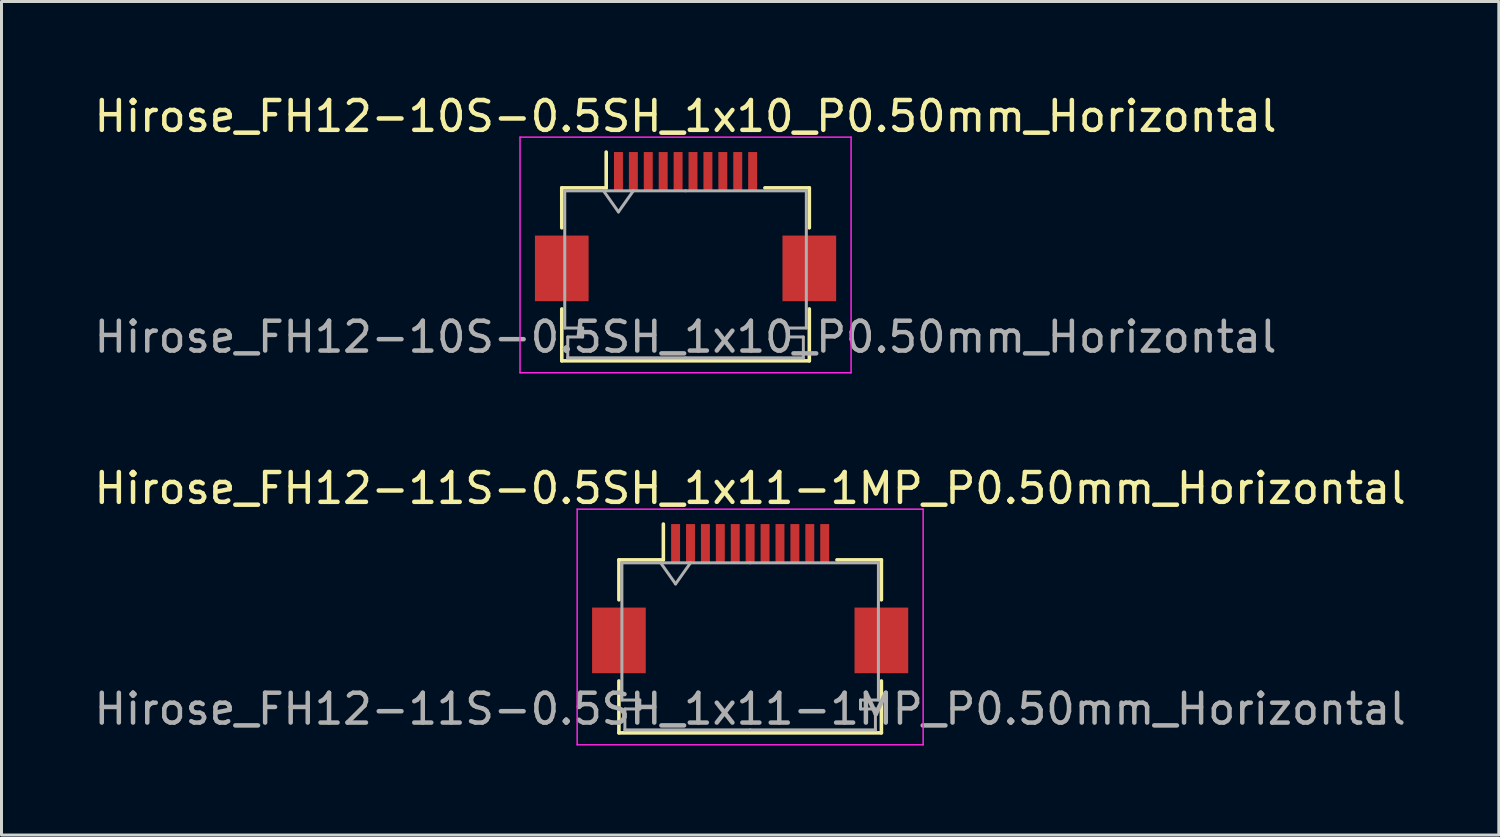
<source format=kicad_pcb>
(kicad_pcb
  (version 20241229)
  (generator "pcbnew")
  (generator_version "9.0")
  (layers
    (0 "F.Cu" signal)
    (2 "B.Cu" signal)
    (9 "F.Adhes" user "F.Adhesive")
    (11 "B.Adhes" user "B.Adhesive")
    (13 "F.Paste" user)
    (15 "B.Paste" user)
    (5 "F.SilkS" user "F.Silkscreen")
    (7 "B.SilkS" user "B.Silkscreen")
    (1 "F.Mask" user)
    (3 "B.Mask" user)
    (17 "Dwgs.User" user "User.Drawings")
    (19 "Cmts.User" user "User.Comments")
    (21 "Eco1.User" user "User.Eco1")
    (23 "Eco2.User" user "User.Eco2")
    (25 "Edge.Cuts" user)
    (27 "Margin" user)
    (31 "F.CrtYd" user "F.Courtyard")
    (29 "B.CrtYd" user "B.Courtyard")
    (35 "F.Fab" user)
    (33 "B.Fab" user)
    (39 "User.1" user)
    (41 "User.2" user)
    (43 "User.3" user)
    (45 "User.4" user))
  (footprint "Hirose_FH12-11S-0.5SH_1x11-1MP_P0.50mm_Horizontal"
    (layer "F.Cu")
    (at 22.101 17.021)
    (property "Reference" "Hirose_FH12-11S-0.5SH_1x11-1MP_P0.50mm_Horizontal" (at 0 -3.7 0) (layer "F.SilkS") (effects (font (size 1 1) (thickness 0.15))))
    (attr smd)
    (fp_line (start -4.4 -1.3) (end -4.4 0.04) (stroke (width 0.12) (type solid)) (layer "F.SilkS"))
    (fp_line (start -4.4 2.76) (end -4.4 4.5) (stroke (width 0.12) (type solid)) (layer "F.SilkS"))
    (fp_line (start -4.4 4.5) (end 4.4 4.5) (stroke (width 0.12) (type solid)) (layer "F.SilkS"))
    (fp_line (start -2.91 -1.3) (end -4.4 -1.3) (stroke (width 0.12) (type solid)) (layer "F.SilkS"))
    (fp_line (start -2.91 -1.3) (end -2.91 -2.5) (stroke (width 0.12) (type solid)) (layer "F.SilkS"))
    (fp_line (start 2.91 -1.3) (end 4.4 -1.3) (stroke (width 0.12) (type solid)) (layer "F.SilkS"))
    (fp_line (start 4.4 -1.3) (end 4.4 0.04) (stroke (width 0.12) (type solid)) (layer "F.SilkS"))
    (fp_line (start 4.4 4.5) (end 4.4 2.76) (stroke (width 0.12) (type solid)) (layer "F.SilkS"))
    (fp_line (start -5.8 -3) (end -5.8 4.9) (stroke (width 0.05) (type solid)) (layer "F.CrtYd"))
    (fp_line (start -5.8 4.9) (end 5.8 4.9) (stroke (width 0.05) (type solid)) (layer "F.CrtYd"))
    (fp_line (start 5.8 -3) (end -5.8 -3) (stroke (width 0.05) (type solid)) (layer "F.CrtYd"))
    (fp_line (start 5.8 4.9) (end 5.8 -3) (stroke (width 0.05) (type solid)) (layer "F.CrtYd"))
    (fp_line (start -4.3 -1.2) (end -4.3 3.4) (stroke (width 0.1) (type solid)) (layer "F.Fab"))
    (fp_line (start -4.3 3.4) (end -3.7 3.4) (stroke (width 0.1) (type solid)) (layer "F.Fab"))
    (fp_line (start -4.2 3.7) (end -4.2 4.4) (stroke (width 0.1) (type solid)) (layer "F.Fab"))
    (fp_line (start -4.2 4.4) (end 0 4.4) (stroke (width 0.1) (type solid)) (layer "F.Fab"))
    (fp_line (start -3.7 3.4) (end -3.7 3.7) (stroke (width 0.1) (type solid)) (layer "F.Fab"))
    (fp_line (start -3.7 3.7) (end -4.2 3.7) (stroke (width 0.1) (type solid)) (layer "F.Fab"))
    (fp_line (start -3 -1.2) (end -2.5 -0.493) (stroke (width 0.1) (type solid)) (layer "F.Fab"))
    (fp_line (start -2.5 -0.493) (end -2 -1.2) (stroke (width 0.1) (type solid)) (layer "F.Fab"))
    (fp_line (start 0 -1.2) (end -4.3 -1.2) (stroke (width 0.1) (type solid)) (layer "F.Fab"))
    (fp_line (start 0 -1.2) (end 4.3 -1.2) (stroke (width 0.1) (type solid)) (layer "F.Fab"))
    (fp_line (start 3.7 3.4) (end 3.7 3.7) (stroke (width 0.1) (type solid)) (layer "F.Fab"))
    (fp_line (start 3.7 3.7) (end 4.2 3.7) (stroke (width 0.1) (type solid)) (layer "F.Fab"))
    (fp_line (start 4.2 3.7) (end 4.2 4.4) (stroke (width 0.1) (type solid)) (layer "F.Fab"))
    (fp_line (start 4.2 4.4) (end 0 4.4) (stroke (width 0.1) (type solid)) (layer "F.Fab"))
    (fp_line (start 4.3 -1.2) (end 4.3 3.4) (stroke (width 0.1) (type solid)) (layer "F.Fab"))
    (fp_line (start 4.3 3.4) (end 3.7 3.4) (stroke (width 0.1) (type solid)) (layer "F.Fab"))
    (fp_text user "${REFERENCE}" (at 0 3.7 0) (layer "F.Fab") (effects (font (size 1 1) (thickness 0.15))))
    (pad "1" smd rect (at -2.5 -1.85) (size 0.3 1.3) (layers "F.Cu" "F.Mask" "F.Paste"))
    (pad "2" smd rect (at -2 -1.85) (size 0.3 1.3) (layers "F.Cu" "F.Mask" "F.Paste"))
    (pad "3" smd rect (at -1.5 -1.85) (size 0.3 1.3) (layers "F.Cu" "F.Mask" "F.Paste"))
    (pad "4" smd rect (at -1 -1.85) (size 0.3 1.3) (layers "F.Cu" "F.Mask" "F.Paste"))
    (pad "5" smd rect (at -0.5 -1.85) (size 0.3 1.3) (layers "F.Cu" "F.Mask" "F.Paste"))
    (pad "6" smd rect (at 0 -1.85) (size 0.3 1.3) (layers "F.Cu" "F.Mask" "F.Paste"))
    (pad "7" smd rect (at 0.5 -1.85) (size 0.3 1.3) (layers "F.Cu" "F.Mask" "F.Paste"))
    (pad "8" smd rect (at 1 -1.85) (size 0.3 1.3) (layers "F.Cu" "F.Mask" "F.Paste"))
    (pad "9" smd rect (at 1.5 -1.85) (size 0.3 1.3) (layers "F.Cu" "F.Mask" "F.Paste"))
    (pad "10" smd rect (at 2 -1.85) (size 0.3 1.3) (layers "F.Cu" "F.Mask" "F.Paste"))
    (pad "11" smd rect (at 2.5 -1.85) (size 0.3 1.3) (layers "F.Cu" "F.Mask" "F.Paste"))
    (pad "MP" smd rect (at -4.4 1.4) (size 1.8 2.2) (layers "F.Cu" "F.Mask" "F.Paste"))
    (pad "MP" smd rect (at 4.4 1.4) (size 1.8 2.2) (layers "F.Cu" "F.Mask" "F.Paste")))
  (footprint "Hirose_FH12-10S-0.5SH_1x10_P0.50mm_Horizontal"
    (layer "F.Cu")
    (at 19.935 4.548)
    (property "Reference" "Hirose_FH12-10S-0.5SH_1x10_P0.50mm_Horizontal" (at 0 -3.7 0) (layer "F.SilkS") (effects (font (size 1 1) (thickness 0.15))))
    (attr smd)
    (fp_line (start -4.15 -1.3) (end -4.15 0.04) (stroke (width 0.12) (type solid)) (layer "F.SilkS"))
    (fp_line (start -4.15 2.76) (end -4.15 4.5) (stroke (width 0.12) (type solid)) (layer "F.SilkS"))
    (fp_line (start -4.15 4.5) (end 4.15 4.5) (stroke (width 0.12) (type solid)) (layer "F.SilkS"))
    (fp_line (start -2.66 -1.3) (end -4.15 -1.3) (stroke (width 0.12) (type solid)) (layer "F.SilkS"))
    (fp_line (start -2.66 -1.3) (end -2.66 -2.5) (stroke (width 0.12) (type solid)) (layer "F.SilkS"))
    (fp_line (start 2.66 -1.3) (end 4.15 -1.3) (stroke (width 0.12) (type solid)) (layer "F.SilkS"))
    (fp_line (start 4.15 -1.3) (end 4.15 0.04) (stroke (width 0.12) (type solid)) (layer "F.SilkS"))
    (fp_line (start 4.15 4.5) (end 4.15 2.76) (stroke (width 0.12) (type solid)) (layer "F.SilkS"))
    (fp_line (start -5.55 -3) (end -5.55 4.9) (stroke (width 0.05) (type solid)) (layer "F.CrtYd"))
    (fp_line (start -5.55 4.9) (end 5.55 4.9) (stroke (width 0.05) (type solid)) (layer "F.CrtYd"))
    (fp_line (start 5.55 -3) (end -5.55 -3) (stroke (width 0.05) (type solid)) (layer "F.CrtYd"))
    (fp_line (start 5.55 4.9) (end 5.55 -3) (stroke (width 0.05) (type solid)) (layer "F.CrtYd"))
    (fp_line (start -4.05 -1.2) (end -4.05 3.4) (stroke (width 0.1) (type solid)) (layer "F.Fab"))
    (fp_line (start -4.05 3.4) (end -3.45 3.4) (stroke (width 0.1) (type solid)) (layer "F.Fab"))
    (fp_line (start -3.95 3.7) (end -3.95 4.4) (stroke (width 0.1) (type solid)) (layer "F.Fab"))
    (fp_line (start -3.95 4.4) (end 0 4.4) (stroke (width 0.1) (type solid)) (layer "F.Fab"))
    (fp_line (start -3.45 3.4) (end -3.45 3.7) (stroke (width 0.1) (type solid)) (layer "F.Fab"))
    (fp_line (start -3.45 3.7) (end -3.95 3.7) (stroke (width 0.1) (type solid)) (layer "F.Fab"))
    (fp_line (start -2.75 -1.2) (end -2.25 -0.493) (stroke (width 0.1) (type solid)) (layer "F.Fab"))
    (fp_line (start -2.25 -0.493) (end -1.75 -1.2) (stroke (width 0.1) (type solid)) (layer "F.Fab"))
    (fp_line (start 0 -1.2) (end -4.05 -1.2) (stroke (width 0.1) (type solid)) (layer "F.Fab"))
    (fp_line (start 0 -1.2) (end 4.05 -1.2) (stroke (width 0.1) (type solid)) (layer "F.Fab"))
    (fp_line (start 3.45 3.4) (end 3.45 3.7) (stroke (width 0.1) (type solid)) (layer "F.Fab"))
    (fp_line (start 3.45 3.7) (end 3.95 3.7) (stroke (width 0.1) (type solid)) (layer "F.Fab"))
    (fp_line (start 3.95 3.7) (end 3.95 4.4) (stroke (width 0.1) (type solid)) (layer "F.Fab"))
    (fp_line (start 3.95 4.4) (end 0 4.4) (stroke (width 0.1) (type solid)) (layer "F.Fab"))
    (fp_line (start 4.05 -1.2) (end 4.05 3.4) (stroke (width 0.1) (type solid)) (layer "F.Fab"))
    (fp_line (start 4.05 3.4) (end 3.45 3.4) (stroke (width 0.1) (type solid)) (layer "F.Fab"))
    (fp_text user "${REFERENCE}" (at 0 3.7 0) (layer "F.Fab") (effects (font (size 1 1) (thickness 0.15))))
    (pad "" smd rect (at -4.15 1.4) (size 1.8 2.2) (layers "F.Cu" "F.Mask" "F.Paste"))
    (pad "" smd rect (at 4.15 1.4) (size 1.8 2.2) (layers "F.Cu" "F.Mask" "F.Paste"))
    (pad "1" smd rect (at -2.25 -1.85) (size 0.3 1.3) (layers "F.Cu" "F.Mask" "F.Paste"))
    (pad "2" smd rect (at -1.75 -1.85) (size 0.3 1.3) (layers "F.Cu" "F.Mask" "F.Paste"))
    (pad "3" smd rect (at -1.25 -1.85) (size 0.3 1.3) (layers "F.Cu" "F.Mask" "F.Paste"))
    (pad "4" smd rect (at -0.75 -1.85) (size 0.3 1.3) (layers "F.Cu" "F.Mask" "F.Paste"))
    (pad "5" smd rect (at -0.25 -1.85) (size 0.3 1.3) (layers "F.Cu" "F.Mask" "F.Paste"))
    (pad "6" smd rect (at 0.25 -1.85) (size 0.3 1.3) (layers "F.Cu" "F.Mask" "F.Paste"))
    (pad "7" smd rect (at 0.75 -1.85) (size 0.3 1.3) (layers "F.Cu" "F.Mask" "F.Paste"))
    (pad "8" smd rect (at 1.25 -1.85) (size 0.3 1.3) (layers "F.Cu" "F.Mask" "F.Paste"))
    (pad "9" smd rect (at 1.75 -1.85) (size 0.3 1.3) (layers "F.Cu" "F.Mask" "F.Paste"))
    (pad "10" smd rect (at 2.25 -1.85) (size 0.3 1.3) (layers "F.Cu" "F.Mask" "F.Paste")))
  (gr_rect
    (start -3 -3)
    (end 47.202 24.947)
    (stroke (width 0.1) (type default))
    (fill no)
    (layer "Edge.Cuts")))
</source>
